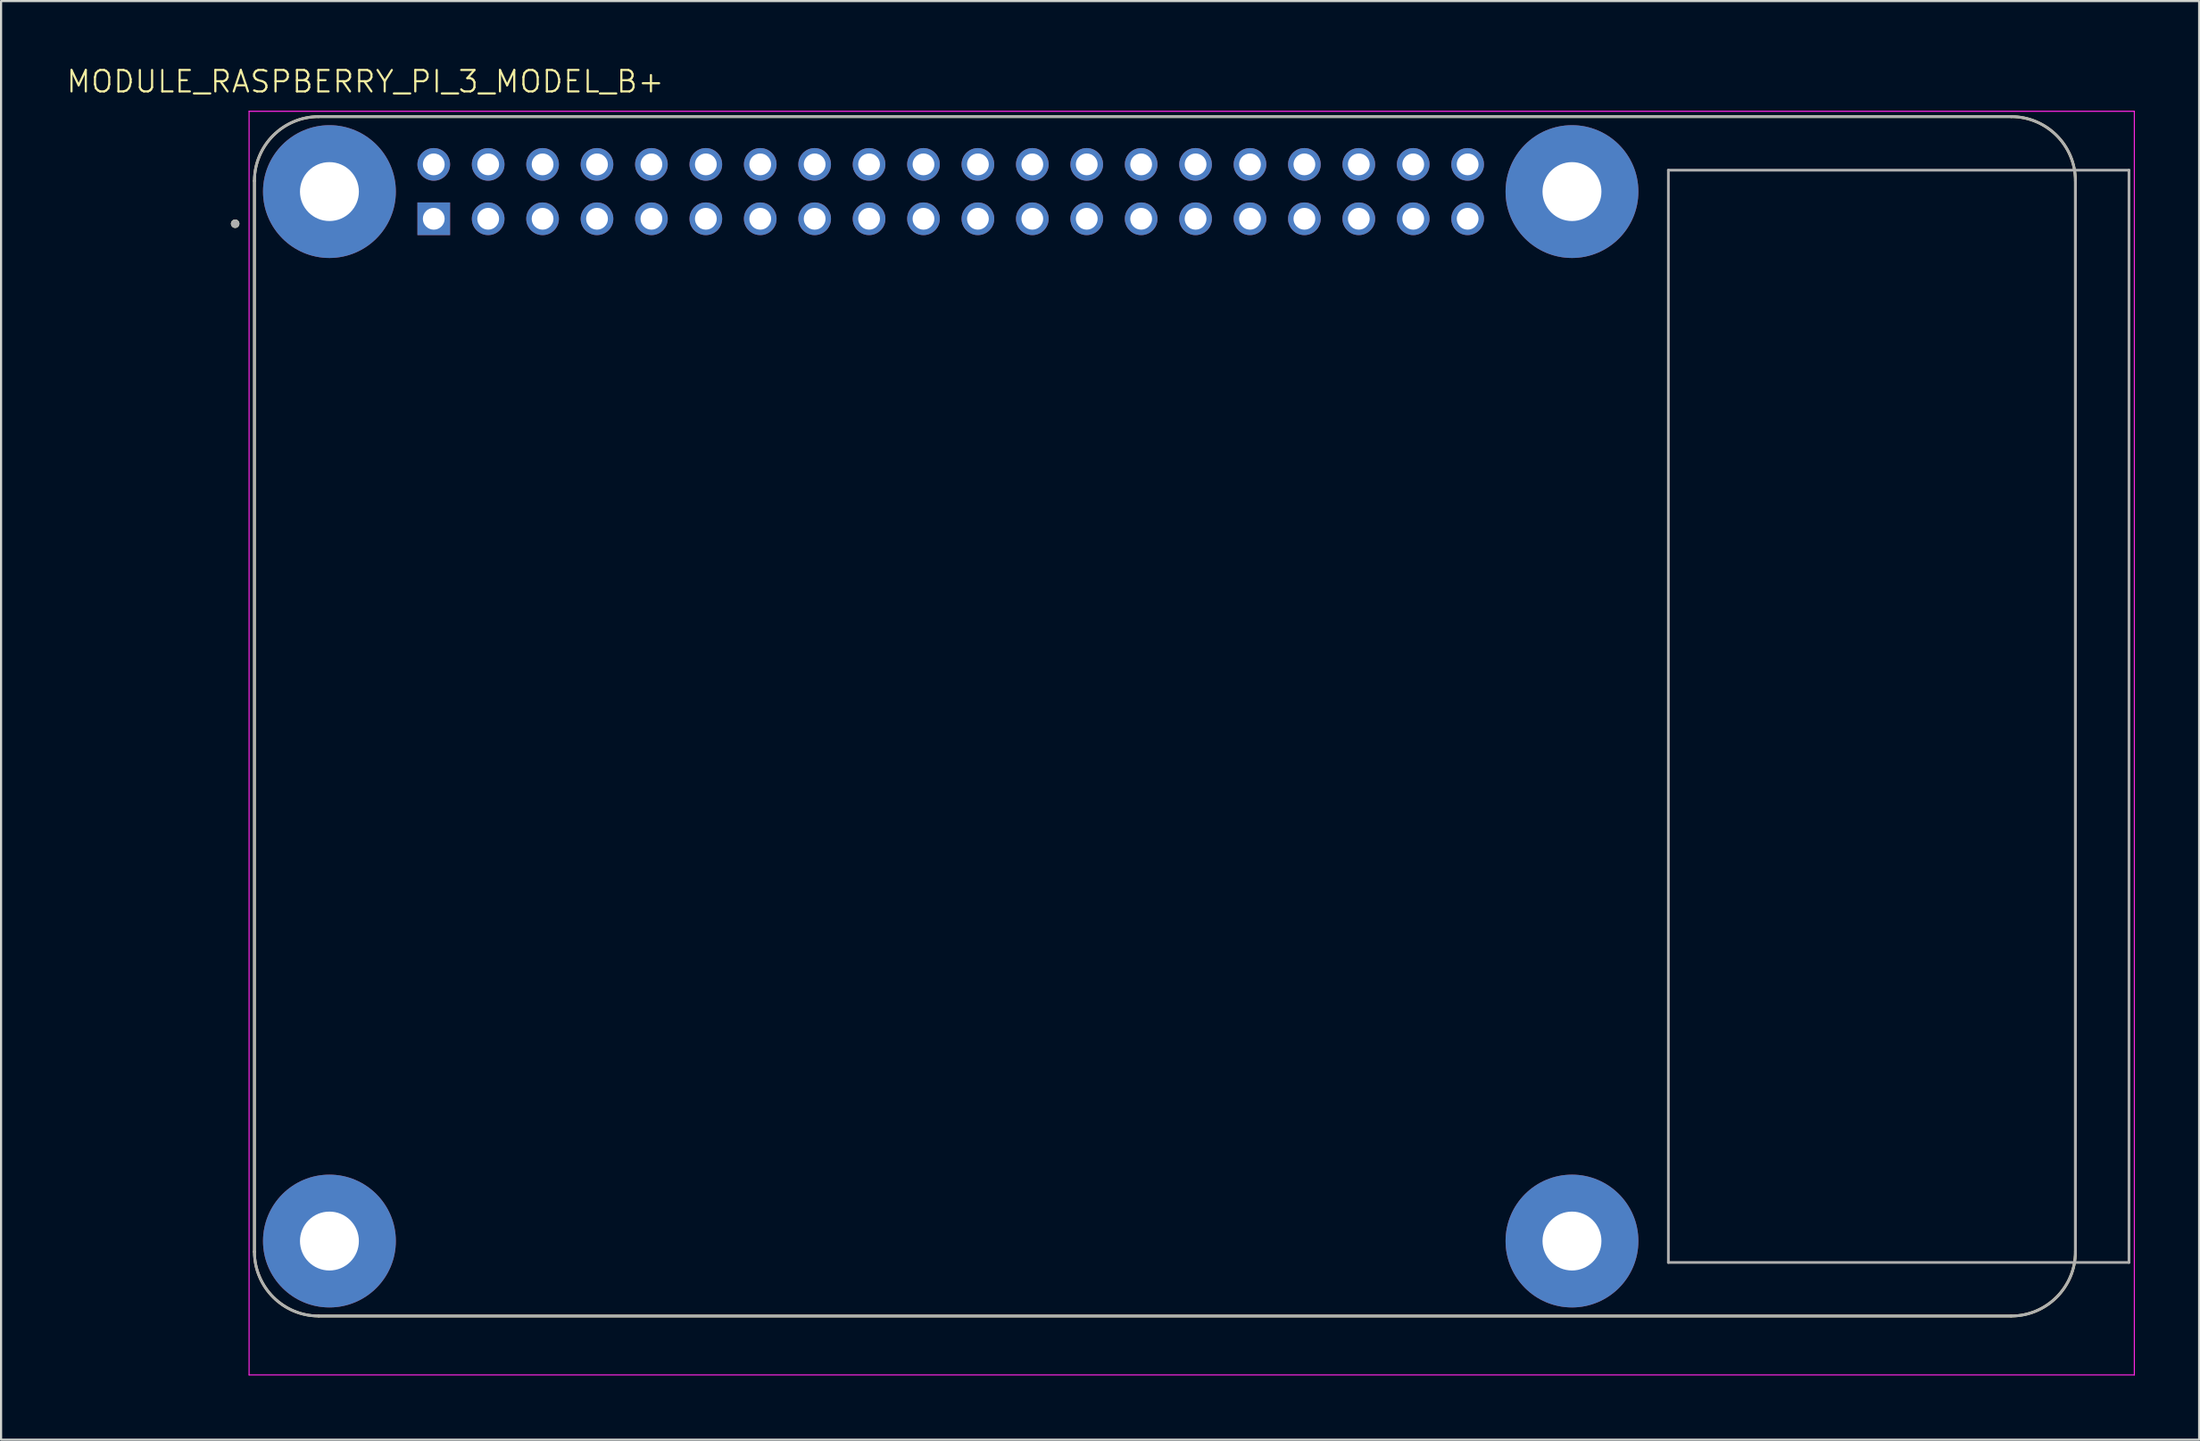
<source format=kicad_pcb>
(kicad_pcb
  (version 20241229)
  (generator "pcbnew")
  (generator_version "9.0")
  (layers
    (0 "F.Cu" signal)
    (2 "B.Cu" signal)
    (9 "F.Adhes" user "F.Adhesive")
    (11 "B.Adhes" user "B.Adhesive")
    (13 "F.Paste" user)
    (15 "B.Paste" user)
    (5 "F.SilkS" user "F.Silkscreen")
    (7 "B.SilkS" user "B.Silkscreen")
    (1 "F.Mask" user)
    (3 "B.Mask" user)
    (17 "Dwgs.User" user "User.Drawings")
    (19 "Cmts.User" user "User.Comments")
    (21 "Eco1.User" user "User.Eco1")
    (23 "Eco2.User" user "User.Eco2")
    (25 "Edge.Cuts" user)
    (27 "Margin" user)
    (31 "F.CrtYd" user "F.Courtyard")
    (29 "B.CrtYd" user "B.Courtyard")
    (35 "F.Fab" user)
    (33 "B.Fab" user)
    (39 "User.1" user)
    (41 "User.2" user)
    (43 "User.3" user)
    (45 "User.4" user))
  (footprint "MODULE_RASPBERRY_PI_3_MODEL_B+"
    (layer "F.Cu")
    (at 51.327 30.395)
    (property "Reference" "MODULE_RASPBERRY_PI_3_MODEL_B+" (at -37.325 -29.635 0) (layer "F.SilkS") (effects (font (size 1 1) (thickness 0.1))))
    (attr through_hole)
    (fp_line (start -42.5 -25) (end -42.5 25) (stroke (width 0.127) (type solid)) (layer "F.SilkS"))
    (fp_line (start -39.5 28) (end 39.5 28) (stroke (width 0.127) (type solid)) (layer "F.SilkS"))
    (fp_line (start 39.5 -28) (end -39.5 -28) (stroke (width 0.127) (type solid)) (layer "F.SilkS"))
    (fp_line (start 42.5 25) (end 42.5 -25) (stroke (width 0.127) (type solid)) (layer "F.SilkS"))
    (fp_arc (start -42.5 -25) (mid -41.62132 -27.12132) (end -39.5 -28) (stroke (width 0.127) (type solid)) (layer "F.SilkS"))
    (fp_arc (start -39.5 28) (mid -41.62132 27.12132) (end -42.5 25) (stroke (width 0.127) (type solid)) (layer "F.SilkS"))
    (fp_arc (start 39.5 -28) (mid 41.62132 -27.12132) (end 42.5 -25) (stroke (width 0.127) (type solid)) (layer "F.SilkS"))
    (fp_arc (start 42.5 25) (mid 41.62132 27.12132) (end 39.5 28) (stroke (width 0.127) (type solid)) (layer "F.SilkS"))
    (fp_circle (center -43.4 -23) (end -43.3 -23) (stroke (width 0.2) (type solid)) (fill no) (layer "F.SilkS"))
    (fp_line (start -42.75 -28.25) (end 45.25 -28.25) (stroke (width 0.05) (type solid)) (layer "F.CrtYd"))
    (fp_line (start -42.75 30.75) (end -42.75 -28.25) (stroke (width 0.05) (type solid)) (layer "F.CrtYd"))
    (fp_line (start 45.25 -28.25) (end 45.25 30.75) (stroke (width 0.05) (type solid)) (layer "F.CrtYd"))
    (fp_line (start 45.25 30.75) (end -42.75 30.75) (stroke (width 0.05) (type solid)) (layer "F.CrtYd"))
    (fp_line (start -42.5 -25) (end -42.5 25) (stroke (width 0.127) (type solid)) (layer "F.Fab"))
    (fp_line (start -39.5 28) (end 39.5 28) (stroke (width 0.127) (type solid)) (layer "F.Fab"))
    (fp_line (start 23.5 -25.5) (end 23.5 25.5) (stroke (width 0.127) (type solid)) (layer "F.Fab"))
    (fp_line (start 23.5 25.5) (end 45 25.5) (stroke (width 0.127) (type solid)) (layer "F.Fab"))
    (fp_line (start 39.5 -28) (end -39.5 -28) (stroke (width 0.127) (type solid)) (layer "F.Fab"))
    (fp_line (start 42.5 25) (end 42.5 -25) (stroke (width 0.127) (type solid)) (layer "F.Fab"))
    (fp_line (start 45 -25.5) (end 23.5 -25.5) (stroke (width 0.127) (type solid)) (layer "F.Fab"))
    (fp_line (start 45 25.5) (end 45 -25.5) (stroke (width 0.127) (type solid)) (layer "F.Fab"))
    (fp_arc (start -42.5 -25) (mid -41.62132 -27.12132) (end -39.5 -28) (stroke (width 0.127) (type solid)) (layer "F.Fab"))
    (fp_arc (start -39.5 28) (mid -41.62132 27.12132) (end -42.5 25) (stroke (width 0.127) (type solid)) (layer "F.Fab"))
    (fp_arc (start 39.5 -28) (mid 41.62132 -27.12132) (end 42.5 -25) (stroke (width 0.127) (type solid)) (layer "F.Fab"))
    (fp_arc (start 42.5 25) (mid 41.62132 27.12132) (end 39.5 28) (stroke (width 0.127) (type solid)) (layer "F.Fab"))
    (fp_circle (center -43.4 -23) (end -43.3 -23) (stroke (width 0.2) (type solid)) (fill no) (layer "F.Fab"))
    (pad "1" thru_hole rect (at -34.13 -23.23) (size 1.524 1.524) (drill 1.016) (layers "*.Cu" "*.Mask"))
    (pad "2" thru_hole circle (at -34.13 -25.77) (size 1.524 1.524) (drill 1.016) (layers "*.Cu" "*.Mask"))
    (pad "3" thru_hole circle (at -31.59 -23.23) (size 1.524 1.524) (drill 1.016) (layers "*.Cu" "*.Mask"))
    (pad "4" thru_hole circle (at -31.59 -25.77) (size 1.524 1.524) (drill 1.016) (layers "*.Cu" "*.Mask"))
    (pad "5" thru_hole circle (at -29.05 -23.23) (size 1.524 1.524) (drill 1.016) (layers "*.Cu" "*.Mask"))
    (pad "6" thru_hole circle (at -29.05 -25.77) (size 1.524 1.524) (drill 1.016) (layers "*.Cu" "*.Mask"))
    (pad "7" thru_hole circle (at -26.51 -23.23) (size 1.524 1.524) (drill 1.016) (layers "*.Cu" "*.Mask"))
    (pad "8" thru_hole circle (at -26.51 -25.77) (size 1.524 1.524) (drill 1.016) (layers "*.Cu" "*.Mask"))
    (pad "9" thru_hole circle (at -23.97 -23.23) (size 1.524 1.524) (drill 1.016) (layers "*.Cu" "*.Mask"))
    (pad "10" thru_hole circle (at -23.97 -25.77) (size 1.524 1.524) (drill 1.016) (layers "*.Cu" "*.Mask"))
    (pad "11" thru_hole circle (at -21.43 -23.23) (size 1.524 1.524) (drill 1.016) (layers "*.Cu" "*.Mask"))
    (pad "12" thru_hole circle (at -21.43 -25.77) (size 1.524 1.524) (drill 1.016) (layers "*.Cu" "*.Mask"))
    (pad "13" thru_hole circle (at -18.89 -23.23) (size 1.524 1.524) (drill 1.016) (layers "*.Cu" "*.Mask"))
    (pad "14" thru_hole circle (at -18.89 -25.77) (size 1.524 1.524) (drill 1.016) (layers "*.Cu" "*.Mask"))
    (pad "15" thru_hole circle (at -16.35 -23.23) (size 1.524 1.524) (drill 1.016) (layers "*.Cu" "*.Mask"))
    (pad "16" thru_hole circle (at -16.35 -25.77) (size 1.524 1.524) (drill 1.016) (layers "*.Cu" "*.Mask"))
    (pad "17" thru_hole circle (at -13.81 -23.23) (size 1.524 1.524) (drill 1.016) (layers "*.Cu" "*.Mask"))
    (pad "18" thru_hole circle (at -13.81 -25.77) (size 1.524 1.524) (drill 1.016) (layers "*.Cu" "*.Mask"))
    (pad "19" thru_hole circle (at -11.27 -23.23) (size 1.524 1.524) (drill 1.016) (layers "*.Cu" "*.Mask"))
    (pad "20" thru_hole circle (at -11.27 -25.77) (size 1.524 1.524) (drill 1.016) (layers "*.Cu" "*.Mask"))
    (pad "21" thru_hole circle (at -8.73 -23.23) (size 1.524 1.524) (drill 1.016) (layers "*.Cu" "*.Mask"))
    (pad "22" thru_hole circle (at -8.73 -25.77) (size 1.524 1.524) (drill 1.016) (layers "*.Cu" "*.Mask"))
    (pad "23" thru_hole circle (at -6.19 -23.23) (size 1.524 1.524) (drill 1.016) (layers "*.Cu" "*.Mask"))
    (pad "24" thru_hole circle (at -6.19 -25.77) (size 1.524 1.524) (drill 1.016) (layers "*.Cu" "*.Mask"))
    (pad "25" thru_hole circle (at -3.65 -23.23) (size 1.524 1.524) (drill 1.016) (layers "*.Cu" "*.Mask"))
    (pad "26" thru_hole circle (at -3.65 -25.77) (size 1.524 1.524) (drill 1.016) (layers "*.Cu" "*.Mask"))
    (pad "27" thru_hole circle (at -1.11 -23.23) (size 1.524 1.524) (drill 1.016) (layers "*.Cu" "*.Mask"))
    (pad "28" thru_hole circle (at -1.11 -25.77) (size 1.524 1.524) (drill 1.016) (layers "*.Cu" "*.Mask"))
    (pad "29" thru_hole circle (at 1.43 -23.23) (size 1.524 1.524) (drill 1.016) (layers "*.Cu" "*.Mask"))
    (pad "30" thru_hole circle (at 1.43 -25.77) (size 1.524 1.524) (drill 1.016) (layers "*.Cu" "*.Mask"))
    (pad "31" thru_hole circle (at 3.97 -23.23) (size 1.524 1.524) (drill 1.016) (layers "*.Cu" "*.Mask"))
    (pad "32" thru_hole circle (at 3.97 -25.77) (size 1.524 1.524) (drill 1.016) (layers "*.Cu" "*.Mask"))
    (pad "33" thru_hole circle (at 6.51 -23.23) (size 1.524 1.524) (drill 1.016) (layers "*.Cu" "*.Mask"))
    (pad "34" thru_hole circle (at 6.51 -25.77) (size 1.524 1.524) (drill 1.016) (layers "*.Cu" "*.Mask"))
    (pad "35" thru_hole circle (at 9.05 -23.23) (size 1.524 1.524) (drill 1.016) (layers "*.Cu" "*.Mask"))
    (pad "36" thru_hole circle (at 9.05 -25.77) (size 1.524 1.524) (drill 1.016) (layers "*.Cu" "*.Mask"))
    (pad "37" thru_hole circle (at 11.59 -23.23) (size 1.524 1.524) (drill 1.016) (layers "*.Cu" "*.Mask"))
    (pad "38" thru_hole circle (at 11.59 -25.77) (size 1.524 1.524) (drill 1.016) (layers "*.Cu" "*.Mask"))
    (pad "39" thru_hole circle (at 14.13 -23.23) (size 1.524 1.524) (drill 1.016) (layers "*.Cu" "*.Mask"))
    (pad "40" thru_hole circle (at 14.13 -25.77) (size 1.524 1.524) (drill 1.016) (layers "*.Cu" "*.Mask"))
    (pad "S1" thru_hole circle (at -39 -24.5) (size 6.2 6.2) (drill 2.75) (layers "*.Cu" "*.Mask"))
    (pad "S2" thru_hole circle (at 19 -24.5) (size 6.2 6.2) (drill 2.75) (layers "*.Cu" "*.Mask"))
    (pad "S3" thru_hole circle (at 19 24.5) (size 6.2 6.2) (drill 2.75) (layers "*.Cu" "*.Mask"))
    (pad "S4" thru_hole circle (at -39 24.5) (size 6.2 6.2) (drill 2.75) (layers "*.Cu" "*.Mask")))
  (gr_rect
    (start -3 -3)
    (end 99.602 64.171)
    (stroke (width 0.1) (type default))
    (fill no)
    (layer "Edge.Cuts")))
</source>
